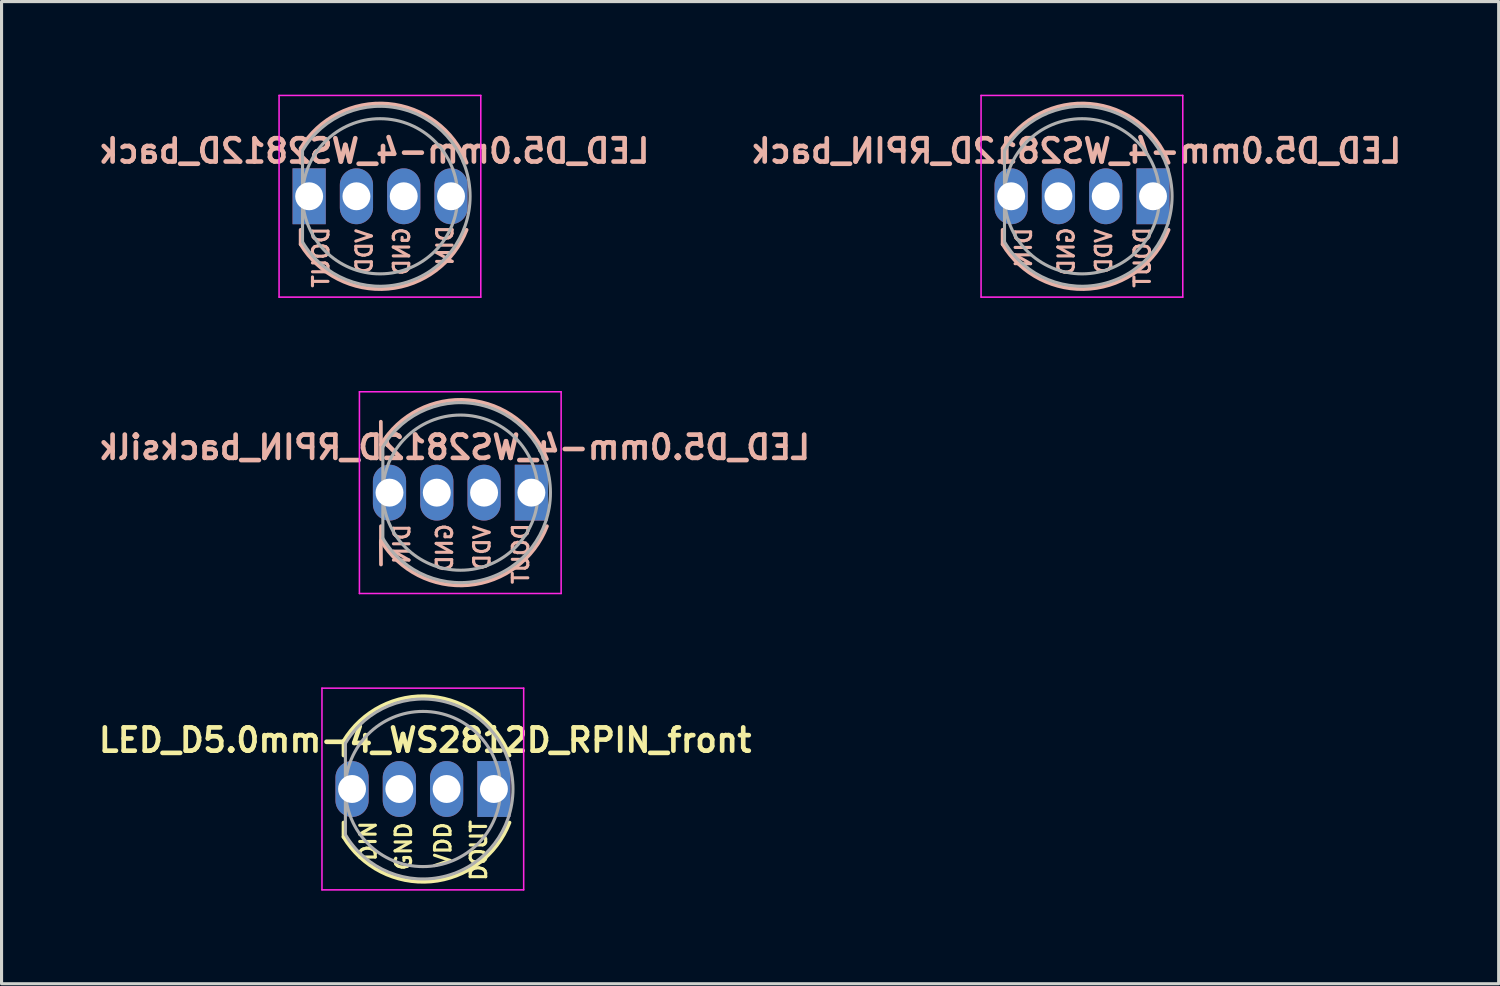
<source format=kicad_pcb>
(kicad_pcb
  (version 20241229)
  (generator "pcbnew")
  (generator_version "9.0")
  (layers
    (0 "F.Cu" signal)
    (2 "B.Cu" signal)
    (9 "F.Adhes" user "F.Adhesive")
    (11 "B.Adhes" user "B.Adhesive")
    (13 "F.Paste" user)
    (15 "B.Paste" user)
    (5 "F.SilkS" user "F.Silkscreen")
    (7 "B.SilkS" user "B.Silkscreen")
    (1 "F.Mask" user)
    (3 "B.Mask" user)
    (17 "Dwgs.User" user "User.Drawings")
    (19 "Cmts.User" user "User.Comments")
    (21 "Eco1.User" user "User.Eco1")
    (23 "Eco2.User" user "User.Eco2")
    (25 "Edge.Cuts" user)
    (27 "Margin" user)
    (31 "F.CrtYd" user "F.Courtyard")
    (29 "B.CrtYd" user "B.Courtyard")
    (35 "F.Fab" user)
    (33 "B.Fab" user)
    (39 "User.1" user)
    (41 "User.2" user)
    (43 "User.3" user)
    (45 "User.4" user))
  (footprint "LED_D5.0mm-4_WS2812D_back"
    (layer "F.Cu")
    (at 7.293 3.275)
    (property "Reference" "LED_D5.0mm-4_WS2812D_back" (at 1.714 -1.46 0) (layer "B.SilkS") (effects (font (size 0.75 0.75) (thickness 0.15)) (justify mirror)))
    (attr through_hole)
    (fp_line (start -0.655 -1.545) (end -0.655 -1.08) (stroke (width 0.12) (type solid)) (layer "B.SilkS"))
    (fp_line (start -0.655 1.08) (end -0.655 1.545) (stroke (width 0.12) (type solid)) (layer "B.SilkS"))
    (fp_arc (start -0.655 -1.54483) (mid 2.163456 -2.978809) (end 4.692815 -1.080827) (stroke (width 0.12) (type solid)) (layer "B.SilkS"))
    (fp_arc (start 4.692815 1.080827) (mid 2.163456 2.978808) (end -0.655 1.54483) (stroke (width 0.12) (type solid)) (layer "B.SilkS"))
    (fp_line (start -1.35 -3.25) (end -1.35 3.25) (stroke (width 0.05) (type solid)) (layer "F.CrtYd"))
    (fp_line (start -1.35 3.25) (end 5.15 3.25) (stroke (width 0.05) (type solid)) (layer "F.CrtYd"))
    (fp_line (start 5.15 -3.25) (end -1.35 -3.25) (stroke (width 0.05) (type solid)) (layer "F.CrtYd"))
    (fp_line (start 5.15 3.25) (end 5.15 -3.25) (stroke (width 0.05) (type solid)) (layer "F.CrtYd"))
    (fp_line (start -0.595 -1.47) (end -0.595 1.47) (stroke (width 0.1) (type solid)) (layer "F.Fab"))
    (fp_arc (start -0.595 -1.469694) (mid 4.805 0.000016) (end -0.595016 1.469666) (stroke (width 0.1) (type solid)) (layer "F.Fab"))
    (fp_circle (center 1.905 0) (end 4.405 0) (stroke (width 0.1) (type solid)) (fill no) (layer "F.Fab"))
    (fp_text user "DIN" (at 4 1.587 90) (layer "B.SilkS") (effects (font (size 0.5 0.5) (thickness 0.1)) (justify mirror)))
    (fp_text user "GND" (at 2.603 1.778 90) (layer "B.SilkS") (effects (font (size 0.5 0.5) (thickness 0.1)) (justify mirror)))
    (fp_text user "VDD" (at 1.397 1.778 90) (layer "B.SilkS") (effects (font (size 0.5 0.5) (thickness 0.1)) (justify mirror)))
    (fp_text user "DOUT" (at 0 1.968 90) (layer "B.SilkS") (effects (font (size 0.5 0.5) (thickness 0.1)) (justify mirror)))
    (pad "1" thru_hole rect (at -0.381 0) (size 1.07 1.8) (drill 0.9) (layers "*.Cu" "*.Mask"))
    (pad "2" thru_hole oval (at 1.143 0) (size 1.07 1.8) (drill 0.9) (layers "*.Cu" "*.Mask"))
    (pad "3" thru_hole oval (at 2.667 0) (size 1.07 1.8) (drill 0.9) (layers "*.Cu" "*.Mask"))
    (pad "4" thru_hole oval (at 4.191 0) (size 1.07 1.8) (drill 0.9) (layers "*.Cu" "*.Mask")))
  (footprint "LED_D5.0mm-4_WS2812D_RPIN_back"
    (layer "F.Cu")
    (at 29.914 3.275)
    (property "Reference" "LED_D5.0mm-4_WS2812D_RPIN_back" (at 1.714 -1.46 0) (layer "B.SilkS") (effects (font (size 0.75 0.75) (thickness 0.15)) (justify mirror)))
    (attr through_hole)
    (fp_line (start -0.655 -1.545) (end -0.655 -1.08) (stroke (width 0.12) (type solid)) (layer "B.SilkS"))
    (fp_line (start -0.655 1.08) (end -0.655 1.545) (stroke (width 0.12) (type solid)) (layer "B.SilkS"))
    (fp_arc (start -0.655 -1.54483) (mid 2.163456 -2.978809) (end 4.692815 -1.080827) (stroke (width 0.12) (type solid)) (layer "B.SilkS"))
    (fp_arc (start 4.692815 1.080827) (mid 2.163456 2.978808) (end -0.655 1.54483) (stroke (width 0.12) (type solid)) (layer "B.SilkS"))
    (fp_line (start -1.35 -3.25) (end -1.35 3.25) (stroke (width 0.05) (type solid)) (layer "F.CrtYd"))
    (fp_line (start -1.35 3.25) (end 5.15 3.25) (stroke (width 0.05) (type solid)) (layer "F.CrtYd"))
    (fp_line (start 5.15 -3.25) (end -1.35 -3.25) (stroke (width 0.05) (type solid)) (layer "F.CrtYd"))
    (fp_line (start 5.15 3.25) (end 5.15 -3.25) (stroke (width 0.05) (type solid)) (layer "F.CrtYd"))
    (fp_line (start -0.595 -1.47) (end -0.595 1.47) (stroke (width 0.1) (type solid)) (layer "F.Fab"))
    (fp_arc (start -0.595 -1.469694) (mid 4.805 0.000016) (end -0.595016 1.469666) (stroke (width 0.1) (type solid)) (layer "F.Fab"))
    (fp_circle (center 1.905 0) (end 4.405 0) (stroke (width 0.1) (type solid)) (fill no) (layer "F.Fab"))
    (fp_text user "DIN" (at 0.02 1.66 90) (layer "B.SilkS") (effects (font (size 0.5 0.5) (thickness 0.1)) (justify mirror)))
    (fp_text user "GND" (at 1.397 1.778 90) (layer "B.SilkS") (effects (font (size 0.5 0.5) (thickness 0.1)) (justify mirror)))
    (fp_text user "DOUT" (at 3.85 1.97 90) (layer "B.SilkS") (effects (font (size 0.5 0.5) (thickness 0.1)) (justify mirror)))
    (fp_text user "VDD" (at 2.603 1.778 90) (layer "B.SilkS") (effects (font (size 0.5 0.5) (thickness 0.1)) (justify mirror)))
    (pad "1" thru_hole rect (at 4.191 0) (size 1.07 1.8) (drill 0.9) (layers "*.Cu" "*.Mask"))
    (pad "2" thru_hole oval (at 2.667 0) (size 1.07 1.8) (drill 0.9) (layers "*.Cu" "*.Mask"))
    (pad "3" thru_hole oval (at 1.143 0) (size 1.07 1.8) (drill 0.9) (layers "*.Cu" "*.Mask"))
    (pad "4" thru_hole oval (at -0.381 0) (size 1.07 1.8) (drill 0.9) (layers "*.Cu" "*.Mask")))
  (footprint "LED_D5.0mm-4_WS2812D_RPIN_backsilk"
    (layer "F.Cu")
    (at 9.882 12.825)
    (property "Reference" "LED_D5.0mm-4_WS2812D_RPIN_backsilk" (at 1.714 -1.46 0) (layer "B.SilkS") (effects (font (size 0.75 0.75) (thickness 0.15)) (justify mirror)))
    (attr through_hole)
    (fp_line (start -0.655 -1.545) (end -0.655 -1.08) (stroke (width 0.12) (type solid)) (layer "B.SilkS"))
    (fp_line (start -0.655 -1.545) (end -0.66 -2.286) (stroke (width 0.12) (type solid)) (layer "B.SilkS"))
    (fp_line (start -0.655 1.08) (end -0.655 1.545) (stroke (width 0.12) (type solid)) (layer "B.SilkS"))
    (fp_line (start -0.655 2.316) (end -0.66 1.575) (stroke (width 0.12) (type solid)) (layer "B.SilkS"))
    (fp_arc (start -0.655 -1.54483) (mid 2.163456 -2.978809) (end 4.692815 -1.080827) (stroke (width 0.12) (type solid)) (layer "B.SilkS"))
    (fp_arc (start 4.692815 1.080827) (mid 2.163456 2.978808) (end -0.655 1.54483) (stroke (width 0.12) (type solid)) (layer "B.SilkS"))
    (fp_line (start -1.35 -3.25) (end -1.35 3.25) (stroke (width 0.05) (type solid)) (layer "F.CrtYd"))
    (fp_line (start -1.35 3.25) (end 5.15 3.25) (stroke (width 0.05) (type solid)) (layer "F.CrtYd"))
    (fp_line (start 5.15 -3.25) (end -1.35 -3.25) (stroke (width 0.05) (type solid)) (layer "F.CrtYd"))
    (fp_line (start 5.15 3.25) (end 5.15 -3.25) (stroke (width 0.05) (type solid)) (layer "F.CrtYd"))
    (fp_line (start -0.595 -1.47) (end -0.595 1.47) (stroke (width 0.1) (type solid)) (layer "F.Fab"))
    (fp_arc (start -0.595 -1.469694) (mid 4.805 0.000016) (end -0.595016 1.469666) (stroke (width 0.1) (type solid)) (layer "F.Fab"))
    (fp_circle (center 1.905 0) (end 4.405 0) (stroke (width 0.1) (type solid)) (fill no) (layer "F.Fab"))
    (fp_text user "DIN" (at 0.02 1.66 90) (layer "B.SilkS") (effects (font (size 0.5 0.5) (thickness 0.1)) (justify mirror)))
    (fp_text user "DOUT" (at 3.85 1.97 90) (layer "B.SilkS") (effects (font (size 0.5 0.5) (thickness 0.1)) (justify mirror)))
    (fp_text user "VDD" (at 2.603 1.778 90) (layer "B.SilkS") (effects (font (size 0.5 0.5) (thickness 0.1)) (justify mirror)))
    (fp_text user "GND" (at 1.397 1.778 90) (layer "B.SilkS") (effects (font (size 0.5 0.5) (thickness 0.1)) (justify mirror)))
    (pad "1" thru_hole rect (at 4.191 0) (size 1.07 1.8) (drill 0.9) (layers "*.Cu" "*.Mask"))
    (pad "2" thru_hole oval (at 2.667 0) (size 1.07 1.8) (drill 0.9) (layers "*.Cu" "*.Mask"))
    (pad "3" thru_hole oval (at 1.143 0) (size 1.07 1.8) (drill 0.9) (layers "*.Cu" "*.Mask"))
    (pad "4" thru_hole oval (at -0.381 0) (size 1.07 1.8) (drill 0.9) (layers "*.Cu" "*.Mask")))
  (footprint "LED_D5.0mm-4_WS2812D_RPIN_front"
    (layer "F.Cu")
    (at 8.675 22.375)
    (property "Reference" "LED_D5.0mm-4_WS2812D_RPIN_front" (at 1.975 -1.575 0) (layer "F.SilkS") (effects (font (size 0.75 0.75) (thickness 0.15))))
    (attr through_hole)
    (fp_line (start -0.655 -1.545) (end -0.655 -1.08) (stroke (width 0.12) (type solid)) (layer "F.SilkS"))
    (fp_line (start -0.655 1.08) (end -0.655 1.545) (stroke (width 0.12) (type solid)) (layer "F.SilkS"))
    (fp_arc (start -0.655 -1.54483) (mid 2.163456 -2.978809) (end 4.692815 -1.080827) (stroke (width 0.12) (type solid)) (layer "F.SilkS"))
    (fp_arc (start 4.692815 1.080827) (mid 2.163456 2.978808) (end -0.655 1.54483) (stroke (width 0.12) (type solid)) (layer "F.SilkS"))
    (fp_line (start -1.35 -3.25) (end -1.35 3.25) (stroke (width 0.05) (type solid)) (layer "F.CrtYd"))
    (fp_line (start -1.35 3.25) (end 5.15 3.25) (stroke (width 0.05) (type solid)) (layer "F.CrtYd"))
    (fp_line (start 5.15 -3.25) (end -1.35 -3.25) (stroke (width 0.05) (type solid)) (layer "F.CrtYd"))
    (fp_line (start 5.15 3.25) (end 5.15 -3.25) (stroke (width 0.05) (type solid)) (layer "F.CrtYd"))
    (fp_line (start -0.595 -1.47) (end -0.595 1.47) (stroke (width 0.1) (type solid)) (layer "F.Fab"))
    (fp_arc (start -0.595 -1.469694) (mid 4.805 0.000016) (end -0.595016 1.469666) (stroke (width 0.1) (type solid)) (layer "F.Fab"))
    (fp_circle (center 1.905 0) (end 4.405 0) (stroke (width 0.1) (type solid)) (fill no) (layer "F.Fab"))
    (fp_text user "GND" (at 1.28 1.85 90) (layer "F.SilkS") (effects (font (size 0.5 0.5) (thickness 0.1))))
    (fp_text user "DIN" (at 0.14 1.68 90) (layer "F.SilkS") (effects (font (size 0.5 0.5) (thickness 0.1))))
    (fp_text user "VDD" (at 2.55 1.8 90) (layer "F.SilkS") (effects (font (size 0.5 0.5) (thickness 0.1))))
    (fp_text user "DOUT" (at 3.7 1.98 90) (layer "F.SilkS") (effects (font (size 0.5 0.5) (thickness 0.1))))
    (pad "1" thru_hole rect (at 4.191 0) (size 1.07 1.8) (drill 0.9) (layers "*.Cu" "*.Mask"))
    (pad "2" thru_hole oval (at 2.667 0) (size 1.07 1.8) (drill 0.9) (layers "*.Cu" "*.Mask"))
    (pad "3" thru_hole oval (at 1.143 0) (size 1.07 1.8) (drill 0.9) (layers "*.Cu" "*.Mask"))
    (pad "4" thru_hole oval (at -0.381 0) (size 1.07 1.8) (drill 0.9) (layers "*.Cu" "*.Mask")))
  (gr_rect
    (start -3 -3)
    (end 45.243 28.65)
    (stroke (width 0.1) (type default))
    (fill no)
    (layer "Edge.Cuts")))
</source>
